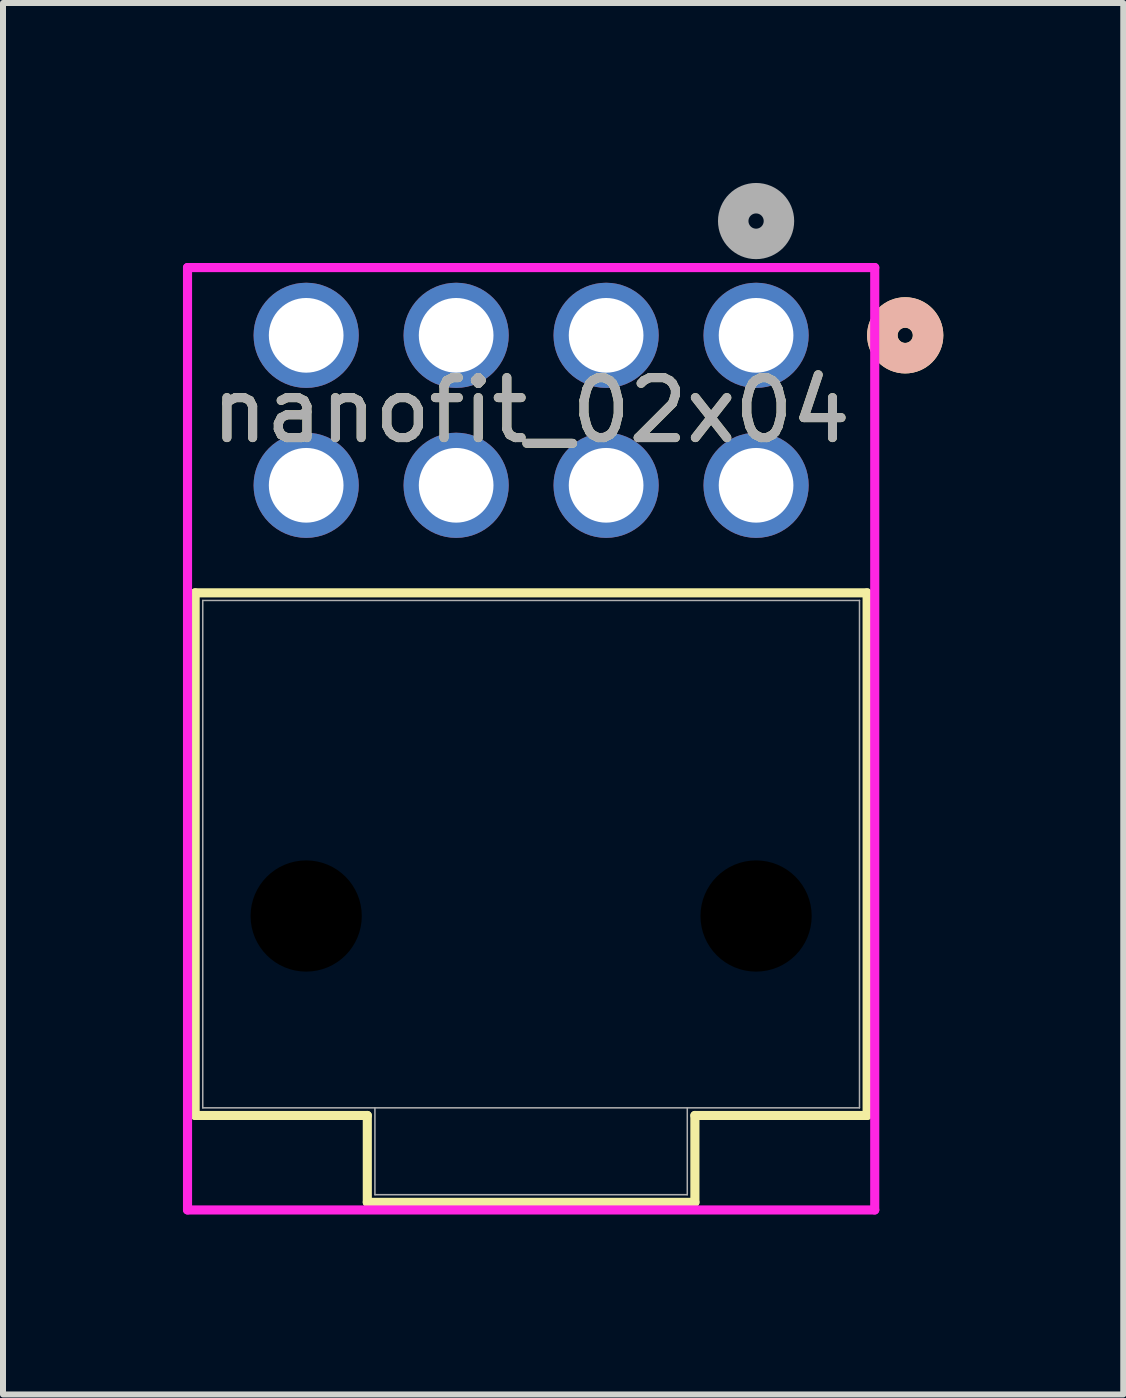
<source format=kicad_pcb>
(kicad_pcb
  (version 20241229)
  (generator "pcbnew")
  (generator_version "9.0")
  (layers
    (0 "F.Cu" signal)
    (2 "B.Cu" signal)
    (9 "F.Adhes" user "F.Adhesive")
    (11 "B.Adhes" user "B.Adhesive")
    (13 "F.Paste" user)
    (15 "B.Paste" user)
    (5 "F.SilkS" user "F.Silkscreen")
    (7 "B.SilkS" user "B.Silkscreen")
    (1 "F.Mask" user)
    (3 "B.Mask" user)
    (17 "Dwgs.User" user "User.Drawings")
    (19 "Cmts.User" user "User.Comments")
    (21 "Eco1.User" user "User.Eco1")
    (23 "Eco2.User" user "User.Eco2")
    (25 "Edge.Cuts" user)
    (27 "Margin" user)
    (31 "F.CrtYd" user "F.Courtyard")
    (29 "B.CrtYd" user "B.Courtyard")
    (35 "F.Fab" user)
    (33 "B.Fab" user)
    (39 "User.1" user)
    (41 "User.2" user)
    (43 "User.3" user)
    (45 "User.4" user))
  (footprint "nanofit_02x04"
    (layer "F.Cu")
    (at 9.554 2.54)
    (property "Reference" "nanofit_02x04" (at -3.75 1.25 0) (unlocked yes) (layer "F.SilkS") (effects (font (size 1 1) (thickness 0.15))))
    (attr through_hole)
    (fp_line (start -9.351 4.293) (end -9.351 13.005) (stroke (width 0.152) (type solid)) (layer "F.SilkS"))
    (fp_line (start -9.351 13.005) (end -6.481 13.005) (stroke (width 0.152) (type solid)) (layer "F.SilkS"))
    (fp_line (start -6.481 13.005) (end -6.481 14.453) (stroke (width 0.152) (type solid)) (layer "F.SilkS"))
    (fp_line (start -6.481 14.453) (end -1.02 14.453) (stroke (width 0.152) (type solid)) (layer "F.SilkS"))
    (fp_line (start -1.02 13.005) (end 1.851 13.005) (stroke (width 0.152) (type solid)) (layer "F.SilkS"))
    (fp_line (start -1.02 14.453) (end -1.02 13.005) (stroke (width 0.152) (type solid)) (layer "F.SilkS"))
    (fp_line (start 1.851 4.293) (end -9.351 4.293) (stroke (width 0.152) (type solid)) (layer "F.SilkS"))
    (fp_line (start 1.851 13.005) (end 1.851 4.293) (stroke (width 0.152) (type solid)) (layer "F.SilkS"))
    (fp_circle (center 2.486 0) (end 2.867 0) (stroke (width 0.508) (type solid)) (fill no) (layer "F.SilkS"))
    (fp_circle (center 2.486 0) (end 2.867 0) (stroke (width 0.508) (type solid)) (fill no) (layer "B.SilkS"))
    (fp_line (start -9.478 -1.13) (end -9.478 14.58) (stroke (width 0.152) (type solid)) (layer "F.CrtYd"))
    (fp_line (start -9.478 14.58) (end 1.978 14.58) (stroke (width 0.152) (type solid)) (layer "F.CrtYd"))
    (fp_line (start 1.978 -1.13) (end -9.478 -1.13) (stroke (width 0.152) (type solid)) (layer "F.CrtYd"))
    (fp_line (start 1.978 14.58) (end 1.978 -1.13) (stroke (width 0.152) (type solid)) (layer "F.CrtYd"))
    (fp_line (start -9.224 4.42) (end -9.224 12.878) (stroke (width 0.025) (type solid)) (layer "F.Fab"))
    (fp_line (start -9.224 12.878) (end 1.724 12.878) (stroke (width 0.025) (type solid)) (layer "F.Fab"))
    (fp_line (start -6.354 12.878) (end -6.354 14.326) (stroke (width 0.025) (type solid)) (layer "F.Fab"))
    (fp_line (start -6.354 14.326) (end -1.147 14.326) (stroke (width 0.025) (type solid)) (layer "F.Fab"))
    (fp_line (start -1.147 14.326) (end -1.147 12.878) (stroke (width 0.025) (type solid)) (layer "F.Fab"))
    (fp_line (start 1.724 4.42) (end -9.224 4.42) (stroke (width 0.025) (type solid)) (layer "F.Fab"))
    (fp_line (start 1.724 12.878) (end 1.724 4.42) (stroke (width 0.025) (type solid)) (layer "F.Fab"))
    (fp_circle (center 0 -1.905) (end 0.381 -1.905) (stroke (width 0.508) (type solid)) (fill no) (layer "F.Fab"))
    (fp_text user "${REFERENCE}" (at -3.75 1.25 0) (unlocked yes) (layer "F.Fab") (effects (font (size 1 1) (thickness 0.15))))
    (pad "" np_thru_hole circle (at -7.5 9.68) (size 1.854 1.854) (drill 1.854) (layers))
    (pad "" np_thru_hole circle (at 0 9.68) (size 1.854 1.854) (drill 1.854) (layers))
    (pad "1" thru_hole circle (at 0 0) (size 1.753 1.753) (drill 1.245) (layers "*.Cu" "*.Mask"))
    (pad "2" thru_hole circle (at -2.5 0) (size 1.753 1.753) (drill 1.245) (layers "*.Cu" "*.Mask"))
    (pad "3" thru_hole circle (at -5 0) (size 1.753 1.753) (drill 1.245) (layers "*.Cu" "*.Mask"))
    (pad "4" thru_hole circle (at -7.5 0) (size 1.753 1.753) (drill 1.245) (layers "*.Cu" "*.Mask"))
    (pad "5" thru_hole circle (at 0 2.5) (size 1.753 1.753) (drill 1.245) (layers "*.Cu" "*.Mask"))
    (pad "6" thru_hole circle (at -2.5 2.5) (size 1.753 1.753) (drill 1.245) (layers "*.Cu" "*.Mask"))
    (pad "7" thru_hole circle (at -5 2.5) (size 1.753 1.753) (drill 1.245) (layers "*.Cu" "*.Mask"))
    (pad "8" thru_hole circle (at -7.5 2.5) (size 1.753 1.753) (drill 1.245) (layers "*.Cu" "*.Mask")))
  (gr_rect
    (start -3 -3)
    (end 15.675 20.196)
    (stroke (width 0.1) (type default))
    (fill no)
    (layer "Edge.Cuts")))
</source>
